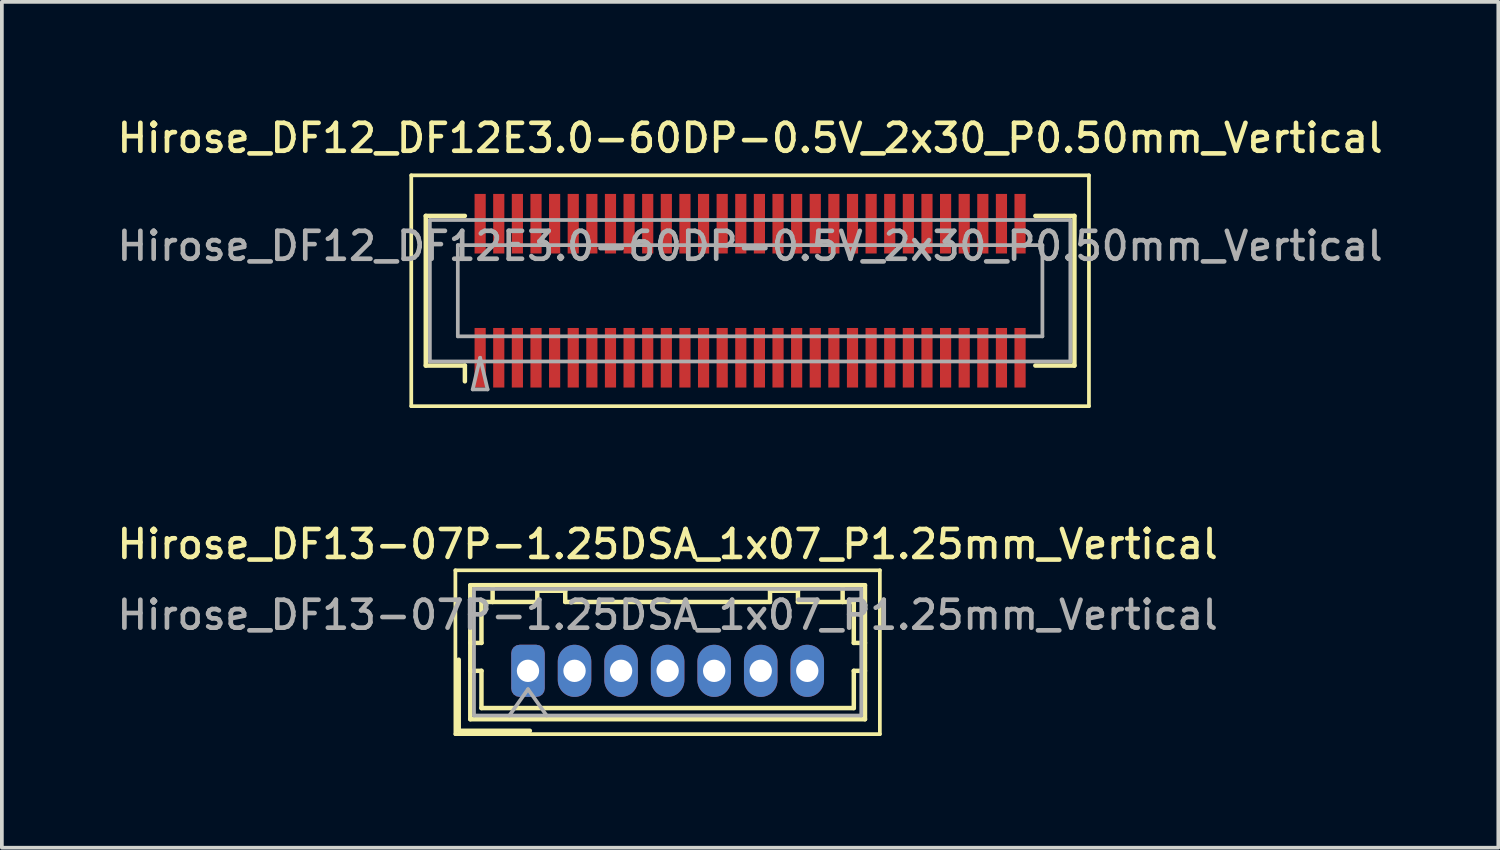
<source format=kicad_pcb>
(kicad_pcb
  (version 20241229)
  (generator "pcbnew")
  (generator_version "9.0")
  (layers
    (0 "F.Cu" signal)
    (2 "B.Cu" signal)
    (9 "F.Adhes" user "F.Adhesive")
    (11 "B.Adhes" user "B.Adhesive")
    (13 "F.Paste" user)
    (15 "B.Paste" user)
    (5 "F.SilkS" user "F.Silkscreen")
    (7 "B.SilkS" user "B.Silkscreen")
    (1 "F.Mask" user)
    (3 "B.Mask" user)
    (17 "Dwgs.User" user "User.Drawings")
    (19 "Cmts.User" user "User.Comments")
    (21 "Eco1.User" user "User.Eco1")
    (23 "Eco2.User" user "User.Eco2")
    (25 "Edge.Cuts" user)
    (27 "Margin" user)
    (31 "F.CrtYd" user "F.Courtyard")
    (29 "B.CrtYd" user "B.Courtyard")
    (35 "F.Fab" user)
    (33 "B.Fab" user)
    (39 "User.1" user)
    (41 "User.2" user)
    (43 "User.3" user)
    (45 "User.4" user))
  (footprint "Hirose_DF12_DF12E3.0-60DP-0.5V_2x30_P0.50mm_Vertical"
    (layer "F.Cu")
    (at 17.095 4.758)
    (property "Reference" "Hirose_DF12_DF12E3.0-60DP-0.5V_2x30_P0.50mm_Vertical" (at 0 -4.1 0) (layer "F.SilkS") (effects (font (size 0.75 0.75) (thickness 0.125))))
    (attr smd)
    (fp_line (start -9.1 -3.1) (end -9.1 3.1) (stroke (width 0.1) (type solid)) (layer "F.SilkS"))
    (fp_line (start -9.1 3.1) (end 9.1 3.1) (stroke (width 0.1) (type solid)) (layer "F.SilkS"))
    (fp_line (start -8.71 -2.01) (end -7.66 -2.01) (stroke (width 0.12) (type solid)) (layer "F.SilkS"))
    (fp_line (start -8.71 2.01) (end -8.71 -2.01) (stroke (width 0.12) (type solid)) (layer "F.SilkS"))
    (fp_line (start -7.66 2.01) (end -8.71 2.01) (stroke (width 0.12) (type solid)) (layer "F.SilkS"))
    (fp_line (start -7.66 2.433) (end -7.66 2.01) (stroke (width 0.12) (type solid)) (layer "F.SilkS"))
    (fp_line (start 7.66 2.01) (end 8.71 2.01) (stroke (width 0.12) (type solid)) (layer "F.SilkS"))
    (fp_line (start 8.71 -2.01) (end 7.66 -2.01) (stroke (width 0.12) (type solid)) (layer "F.SilkS"))
    (fp_line (start 8.71 2.01) (end 8.71 -2.01) (stroke (width 0.12) (type solid)) (layer "F.SilkS"))
    (fp_line (start 9.1 -3.1) (end -9.1 -3.1) (stroke (width 0.1) (type solid)) (layer "F.SilkS"))
    (fp_line (start 9.1 3.1) (end 9.1 -3.1) (stroke (width 0.1) (type solid)) (layer "F.SilkS"))
    (fp_line (start -8.6 -1.9) (end 8.6 -1.9) (stroke (width 0.1) (type solid)) (layer "F.Fab"))
    (fp_line (start -8.6 1.9) (end -8.6 -1.9) (stroke (width 0.1) (type solid)) (layer "F.Fab"))
    (fp_line (start -7.85 -1.225) (end 7.85 -1.225) (stroke (width 0.1) (type solid)) (layer "F.Fab"))
    (fp_line (start -7.85 1.225) (end -7.85 -1.225) (stroke (width 0.1) (type solid)) (layer "F.Fab"))
    (fp_line (start -7.45 2.65) (end -7.25 1.8) (stroke (width 0.1) (type solid)) (layer "F.Fab"))
    (fp_line (start -7.25 1.8) (end -7.05 2.65) (stroke (width 0.1) (type solid)) (layer "F.Fab"))
    (fp_line (start -7.05 2.65) (end -7.45 2.65) (stroke (width 0.1) (type solid)) (layer "F.Fab"))
    (fp_line (start 7.85 -1.225) (end 7.85 1.225) (stroke (width 0.1) (type solid)) (layer "F.Fab"))
    (fp_line (start 7.85 1.225) (end -7.85 1.225) (stroke (width 0.1) (type solid)) (layer "F.Fab"))
    (fp_line (start 8.6 -1.9) (end 8.6 1.9) (stroke (width 0.1) (type solid)) (layer "F.Fab"))
    (fp_line (start 8.6 1.9) (end -8.6 1.9) (stroke (width 0.1) (type solid)) (layer "F.Fab"))
    (fp_text user "${REFERENCE}" (at 0 -1.2 0) (layer "F.Fab") (effects (font (size 0.75 0.75) (thickness 0.125))))
    (pad "" smd rect (at -7.25 -2) (size 0.28 1.2) (layers "F.Paste"))
    (pad "" smd rect (at -7.25 2) (size 0.28 1.2) (layers "F.Paste"))
    (pad "" smd rect (at -6.75 -2) (size 0.28 1.2) (layers "F.Paste"))
    (pad "" smd rect (at -6.75 2) (size 0.28 1.2) (layers "F.Paste"))
    (pad "" smd rect (at -6.25 -2) (size 0.28 1.2) (layers "F.Paste"))
    (pad "" smd rect (at -6.25 2) (size 0.28 1.2) (layers "F.Paste"))
    (pad "" smd rect (at -5.75 -2) (size 0.28 1.2) (layers "F.Paste"))
    (pad "" smd rect (at -5.75 2) (size 0.28 1.2) (layers "F.Paste"))
    (pad "" smd rect (at -5.25 -2) (size 0.28 1.2) (layers "F.Paste"))
    (pad "" smd rect (at -5.25 2) (size 0.28 1.2) (layers "F.Paste"))
    (pad "" smd rect (at -4.75 -2) (size 0.28 1.2) (layers "F.Paste"))
    (pad "" smd rect (at -4.75 2) (size 0.28 1.2) (layers "F.Paste"))
    (pad "" smd rect (at -4.25 -2) (size 0.28 1.2) (layers "F.Paste"))
    (pad "" smd rect (at -4.25 2) (size 0.28 1.2) (layers "F.Paste"))
    (pad "" smd rect (at -3.75 -2) (size 0.28 1.2) (layers "F.Paste"))
    (pad "" smd rect (at -3.75 2) (size 0.28 1.2) (layers "F.Paste"))
    (pad "" smd rect (at -3.25 -2) (size 0.28 1.2) (layers "F.Paste"))
    (pad "" smd rect (at -3.25 2) (size 0.28 1.2) (layers "F.Paste"))
    (pad "" smd rect (at -2.75 -2) (size 0.28 1.2) (layers "F.Paste"))
    (pad "" smd rect (at -2.75 2) (size 0.28 1.2) (layers "F.Paste"))
    (pad "" smd rect (at -2.25 -2) (size 0.28 1.2) (layers "F.Paste"))
    (pad "" smd rect (at -2.25 2) (size 0.28 1.2) (layers "F.Paste"))
    (pad "" smd rect (at -1.75 -2) (size 0.28 1.2) (layers "F.Paste"))
    (pad "" smd rect (at -1.75 2) (size 0.28 1.2) (layers "F.Paste"))
    (pad "" smd rect (at -1.25 -2) (size 0.28 1.2) (layers "F.Paste"))
    (pad "" smd rect (at -1.25 2) (size 0.28 1.2) (layers "F.Paste"))
    (pad "" smd rect (at -0.75 -2) (size 0.28 1.2) (layers "F.Paste"))
    (pad "" smd rect (at -0.75 2) (size 0.28 1.2) (layers "F.Paste"))
    (pad "" smd rect (at -0.25 -2) (size 0.28 1.2) (layers "F.Paste"))
    (pad "" smd rect (at -0.25 2) (size 0.28 1.2) (layers "F.Paste"))
    (pad "" smd rect (at 0.25 -2) (size 0.28 1.2) (layers "F.Paste"))
    (pad "" smd rect (at 0.25 2) (size 0.28 1.2) (layers "F.Paste"))
    (pad "" smd rect (at 0.75 -2) (size 0.28 1.2) (layers "F.Paste"))
    (pad "" smd rect (at 0.75 2) (size 0.28 1.2) (layers "F.Paste"))
    (pad "" smd rect (at 1.25 -2) (size 0.28 1.2) (layers "F.Paste"))
    (pad "" smd rect (at 1.25 2) (size 0.28 1.2) (layers "F.Paste"))
    (pad "" smd rect (at 1.75 -2) (size 0.28 1.2) (layers "F.Paste"))
    (pad "" smd rect (at 1.75 2) (size 0.28 1.2) (layers "F.Paste"))
    (pad "" smd rect (at 2.25 -2) (size 0.28 1.2) (layers "F.Paste"))
    (pad "" smd rect (at 2.25 2) (size 0.28 1.2) (layers "F.Paste"))
    (pad "" smd rect (at 2.75 -2) (size 0.28 1.2) (layers "F.Paste"))
    (pad "" smd rect (at 2.75 2) (size 0.28 1.2) (layers "F.Paste"))
    (pad "" smd rect (at 3.25 -2) (size 0.28 1.2) (layers "F.Paste"))
    (pad "" smd rect (at 3.25 2) (size 0.28 1.2) (layers "F.Paste"))
    (pad "" smd rect (at 3.75 -2) (size 0.28 1.2) (layers "F.Paste"))
    (pad "" smd rect (at 3.75 2) (size 0.28 1.2) (layers "F.Paste"))
    (pad "" smd rect (at 4.25 -2) (size 0.28 1.2) (layers "F.Paste"))
    (pad "" smd rect (at 4.25 2) (size 0.28 1.2) (layers "F.Paste"))
    (pad "" smd rect (at 4.75 -2) (size 0.28 1.2) (layers "F.Paste"))
    (pad "" smd rect (at 4.75 2) (size 0.28 1.2) (layers "F.Paste"))
    (pad "" smd rect (at 5.25 -2) (size 0.28 1.2) (layers "F.Paste"))
    (pad "" smd rect (at 5.25 2) (size 0.28 1.2) (layers "F.Paste"))
    (pad "" smd rect (at 5.75 -2) (size 0.28 1.2) (layers "F.Paste"))
    (pad "" smd rect (at 5.75 2) (size 0.28 1.2) (layers "F.Paste"))
    (pad "" smd rect (at 6.25 -2) (size 0.28 1.2) (layers "F.Paste"))
    (pad "" smd rect (at 6.25 2) (size 0.28 1.2) (layers "F.Paste"))
    (pad "" smd rect (at 6.75 -2) (size 0.28 1.2) (layers "F.Paste"))
    (pad "" smd rect (at 6.75 2) (size 0.28 1.2) (layers "F.Paste"))
    (pad "" smd rect (at 7.25 -2) (size 0.28 1.2) (layers "F.Paste"))
    (pad "" smd rect (at 7.25 2) (size 0.28 1.2) (layers "F.Paste"))
    (pad "1" smd rect (at -7.25 1.8) (size 0.3 1.6) (layers "F.Cu" "F.Mask"))
    (pad "2" smd rect (at -6.75 1.8) (size 0.3 1.6) (layers "F.Cu" "F.Mask"))
    (pad "3" smd rect (at -6.25 1.8) (size 0.3 1.6) (layers "F.Cu" "F.Mask"))
    (pad "4" smd rect (at -5.75 1.8) (size 0.3 1.6) (layers "F.Cu" "F.Mask"))
    (pad "5" smd rect (at -5.25 1.8) (size 0.3 1.6) (layers "F.Cu" "F.Mask"))
    (pad "6" smd rect (at -4.75 1.8) (size 0.3 1.6) (layers "F.Cu" "F.Mask"))
    (pad "7" smd rect (at -4.25 1.8) (size 0.3 1.6) (layers "F.Cu" "F.Mask"))
    (pad "8" smd rect (at -3.75 1.8) (size 0.3 1.6) (layers "F.Cu" "F.Mask"))
    (pad "9" smd rect (at -3.25 1.8) (size 0.3 1.6) (layers "F.Cu" "F.Mask"))
    (pad "10" smd rect (at -2.75 1.8) (size 0.3 1.6) (layers "F.Cu" "F.Mask"))
    (pad "11" smd rect (at -2.25 1.8) (size 0.3 1.6) (layers "F.Cu" "F.Mask"))
    (pad "12" smd rect (at -1.75 1.8) (size 0.3 1.6) (layers "F.Cu" "F.Mask"))
    (pad "13" smd rect (at -1.25 1.8) (size 0.3 1.6) (layers "F.Cu" "F.Mask"))
    (pad "14" smd rect (at -0.75 1.8) (size 0.3 1.6) (layers "F.Cu" "F.Mask"))
    (pad "15" smd rect (at -0.25 1.8) (size 0.3 1.6) (layers "F.Cu" "F.Mask"))
    (pad "16" smd rect (at 0.25 1.8) (size 0.3 1.6) (layers "F.Cu" "F.Mask"))
    (pad "17" smd rect (at 0.75 1.8) (size 0.3 1.6) (layers "F.Cu" "F.Mask"))
    (pad "18" smd rect (at 1.25 1.8) (size 0.3 1.6) (layers "F.Cu" "F.Mask"))
    (pad "19" smd rect (at 1.75 1.8) (size 0.3 1.6) (layers "F.Cu" "F.Mask"))
    (pad "20" smd rect (at 2.25 1.8) (size 0.3 1.6) (layers "F.Cu" "F.Mask"))
    (pad "21" smd rect (at 2.75 1.8) (size 0.3 1.6) (layers "F.Cu" "F.Mask"))
    (pad "22" smd rect (at 3.25 1.8) (size 0.3 1.6) (layers "F.Cu" "F.Mask"))
    (pad "23" smd rect (at 3.75 1.8) (size 0.3 1.6) (layers "F.Cu" "F.Mask"))
    (pad "24" smd rect (at 4.25 1.8) (size 0.3 1.6) (layers "F.Cu" "F.Mask"))
    (pad "25" smd rect (at 4.75 1.8) (size 0.3 1.6) (layers "F.Cu" "F.Mask"))
    (pad "26" smd rect (at 5.25 1.8) (size 0.3 1.6) (layers "F.Cu" "F.Mask"))
    (pad "27" smd rect (at 5.75 1.8) (size 0.3 1.6) (layers "F.Cu" "F.Mask"))
    (pad "28" smd rect (at 6.25 1.8) (size 0.3 1.6) (layers "F.Cu" "F.Mask"))
    (pad "29" smd rect (at 6.75 1.8) (size 0.3 1.6) (layers "F.Cu" "F.Mask"))
    (pad "30" smd rect (at 7.25 1.8) (size 0.3 1.6) (layers "F.Cu" "F.Mask"))
    (pad "31" smd rect (at -7.25 -1.8) (size 0.3 1.6) (layers "F.Cu" "F.Mask"))
    (pad "32" smd rect (at -6.75 -1.8) (size 0.3 1.6) (layers "F.Cu" "F.Mask"))
    (pad "33" smd rect (at -6.25 -1.8) (size 0.3 1.6) (layers "F.Cu" "F.Mask"))
    (pad "34" smd rect (at -5.75 -1.8) (size 0.3 1.6) (layers "F.Cu" "F.Mask"))
    (pad "35" smd rect (at -5.25 -1.8) (size 0.3 1.6) (layers "F.Cu" "F.Mask"))
    (pad "36" smd rect (at -4.75 -1.8) (size 0.3 1.6) (layers "F.Cu" "F.Mask"))
    (pad "37" smd rect (at -4.25 -1.8) (size 0.3 1.6) (layers "F.Cu" "F.Mask"))
    (pad "38" smd rect (at -3.75 -1.8) (size 0.3 1.6) (layers "F.Cu" "F.Mask"))
    (pad "39" smd rect (at -3.25 -1.8) (size 0.3 1.6) (layers "F.Cu" "F.Mask"))
    (pad "40" smd rect (at -2.75 -1.8) (size 0.3 1.6) (layers "F.Cu" "F.Mask"))
    (pad "41" smd rect (at -2.25 -1.8) (size 0.3 1.6) (layers "F.Cu" "F.Mask"))
    (pad "42" smd rect (at -1.75 -1.8) (size 0.3 1.6) (layers "F.Cu" "F.Mask"))
    (pad "43" smd rect (at -1.25 -1.8) (size 0.3 1.6) (layers "F.Cu" "F.Mask"))
    (pad "44" smd rect (at -0.75 -1.8) (size 0.3 1.6) (layers "F.Cu" "F.Mask"))
    (pad "45" smd rect (at -0.25 -1.8) (size 0.3 1.6) (layers "F.Cu" "F.Mask"))
    (pad "46" smd rect (at 0.25 -1.8) (size 0.3 1.6) (layers "F.Cu" "F.Mask"))
    (pad "47" smd rect (at 0.75 -1.8) (size 0.3 1.6) (layers "F.Cu" "F.Mask"))
    (pad "48" smd rect (at 1.25 -1.8) (size 0.3 1.6) (layers "F.Cu" "F.Mask"))
    (pad "49" smd rect (at 1.75 -1.8) (size 0.3 1.6) (layers "F.Cu" "F.Mask"))
    (pad "50" smd rect (at 2.25 -1.8) (size 0.3 1.6) (layers "F.Cu" "F.Mask"))
    (pad "51" smd rect (at 2.75 -1.8) (size 0.3 1.6) (layers "F.Cu" "F.Mask"))
    (pad "52" smd rect (at 3.25 -1.8) (size 0.3 1.6) (layers "F.Cu" "F.Mask"))
    (pad "53" smd rect (at 3.75 -1.8) (size 0.3 1.6) (layers "F.Cu" "F.Mask"))
    (pad "54" smd rect (at 4.25 -1.8) (size 0.3 1.6) (layers "F.Cu" "F.Mask"))
    (pad "55" smd rect (at 4.75 -1.8) (size 0.3 1.6) (layers "F.Cu" "F.Mask"))
    (pad "56" smd rect (at 5.25 -1.8) (size 0.3 1.6) (layers "F.Cu" "F.Mask"))
    (pad "57" smd rect (at 5.75 -1.8) (size 0.3 1.6) (layers "F.Cu" "F.Mask"))
    (pad "58" smd rect (at 6.25 -1.8) (size 0.3 1.6) (layers "F.Cu" "F.Mask"))
    (pad "59" smd rect (at 6.75 -1.8) (size 0.3 1.6) (layers "F.Cu" "F.Mask"))
    (pad "60" smd rect (at 7.25 -1.8) (size 0.3 1.6) (layers "F.Cu" "F.Mask")))
  (footprint "Hirose_DF13-07P-1.25DSA_1x07_P1.25mm_Vertical"
    (layer "F.Cu")
    (at 11.13 14.966)
    (property "Reference" "Hirose_DF13-07P-1.25DSA_1x07_P1.25mm_Vertical" (at 3.75 -3.4 0) (layer "F.SilkS") (effects (font (size 0.75 0.75) (thickness 0.125))))
    (attr through_hole)
    (fp_line (start -1.95 -2.7) (end -1.95 1.7) (stroke (width 0.1) (type solid)) (layer "F.SilkS"))
    (fp_line (start -1.95 1.7) (end 9.45 1.7) (stroke (width 0.1) (type solid)) (layer "F.SilkS"))
    (fp_line (start -1.86 -0.3) (end -1.86 1.61) (stroke (width 0.12) (type solid)) (layer "F.SilkS"))
    (fp_line (start -1.86 1.61) (end 0.05 1.61) (stroke (width 0.12) (type solid)) (layer "F.SilkS"))
    (fp_line (start -1.55 -2.3) (end -1.55 1.3) (stroke (width 0.12) (type solid)) (layer "F.SilkS"))
    (fp_line (start -1.55 -0.75) (end -1.25 -0.75) (stroke (width 0.12) (type solid)) (layer "F.SilkS"))
    (fp_line (start -1.55 0) (end -1.25 0) (stroke (width 0.12) (type solid)) (layer "F.SilkS"))
    (fp_line (start -1.55 1.3) (end 9.05 1.3) (stroke (width 0.12) (type solid)) (layer "F.SilkS"))
    (fp_line (start -1.25 -1.85) (end -0.95 -1.85) (stroke (width 0.12) (type solid)) (layer "F.SilkS"))
    (fp_line (start -1.25 -0.75) (end -1.25 -1.85) (stroke (width 0.12) (type solid)) (layer "F.SilkS"))
    (fp_line (start -1.25 0) (end -1.25 1) (stroke (width 0.12) (type solid)) (layer "F.SilkS"))
    (fp_line (start -1.25 1) (end 8.75 1) (stroke (width 0.12) (type solid)) (layer "F.SilkS"))
    (fp_line (start -0.95 -1.85) (end -0.95 -2.3) (stroke (width 0.12) (type solid)) (layer "F.SilkS"))
    (fp_line (start -0.95 -1.85) (end 0.25 -1.85) (stroke (width 0.12) (type solid)) (layer "F.SilkS"))
    (fp_line (start 0.25 -2.15) (end 1 -2.15) (stroke (width 0.12) (type solid)) (layer "F.SilkS"))
    (fp_line (start 0.25 -1.85) (end 0.25 -2.15) (stroke (width 0.12) (type solid)) (layer "F.SilkS"))
    (fp_line (start 1 -2.15) (end 1 -1.85) (stroke (width 0.12) (type solid)) (layer "F.SilkS"))
    (fp_line (start 1 -1.85) (end 6.5 -1.85) (stroke (width 0.12) (type solid)) (layer "F.SilkS"))
    (fp_line (start 6.5 -2.15) (end 7.25 -2.15) (stroke (width 0.12) (type solid)) (layer "F.SilkS"))
    (fp_line (start 6.5 -1.85) (end 6.5 -2.15) (stroke (width 0.12) (type solid)) (layer "F.SilkS"))
    (fp_line (start 7.25 -2.15) (end 7.25 -1.85) (stroke (width 0.12) (type solid)) (layer "F.SilkS"))
    (fp_line (start 7.25 -1.85) (end 8.45 -1.85) (stroke (width 0.12) (type solid)) (layer "F.SilkS"))
    (fp_line (start 8.45 -1.85) (end 8.45 -2.3) (stroke (width 0.12) (type solid)) (layer "F.SilkS"))
    (fp_line (start 8.75 -1.85) (end 8.45 -1.85) (stroke (width 0.12) (type solid)) (layer "F.SilkS"))
    (fp_line (start 8.75 -0.75) (end 8.75 -1.85) (stroke (width 0.12) (type solid)) (layer "F.SilkS"))
    (fp_line (start 8.75 0) (end 9.05 0) (stroke (width 0.12) (type solid)) (layer "F.SilkS"))
    (fp_line (start 8.75 1) (end 8.75 0) (stroke (width 0.12) (type solid)) (layer "F.SilkS"))
    (fp_line (start 9.05 -2.3) (end -1.55 -2.3) (stroke (width 0.12) (type solid)) (layer "F.SilkS"))
    (fp_line (start 9.05 -0.75) (end 8.75 -0.75) (stroke (width 0.12) (type solid)) (layer "F.SilkS"))
    (fp_line (start 9.05 1.3) (end 9.05 -2.3) (stroke (width 0.12) (type solid)) (layer "F.SilkS"))
    (fp_line (start 9.45 -2.7) (end -1.95 -2.7) (stroke (width 0.1) (type solid)) (layer "F.SilkS"))
    (fp_line (start 9.45 1.7) (end 9.45 -2.7) (stroke (width 0.1) (type solid)) (layer "F.SilkS"))
    (fp_line (start -1.45 -2.2) (end -1.45 1.2) (stroke (width 0.1) (type solid)) (layer "F.Fab"))
    (fp_line (start -1.45 1.2) (end 8.95 1.2) (stroke (width 0.1) (type solid)) (layer "F.Fab"))
    (fp_line (start -0.5 1.2) (end 0 0.493) (stroke (width 0.1) (type solid)) (layer "F.Fab"))
    (fp_line (start 0 0.493) (end 0.5 1.2) (stroke (width 0.1) (type solid)) (layer "F.Fab"))
    (fp_line (start 8.95 -2.2) (end -1.45 -2.2) (stroke (width 0.1) (type solid)) (layer "F.Fab"))
    (fp_line (start 8.95 1.2) (end 8.95 -2.2) (stroke (width 0.1) (type solid)) (layer "F.Fab"))
    (fp_text user "${REFERENCE}" (at 3.75 -1.5 0) (layer "F.Fab") (effects (font (size 0.75 0.75) (thickness 0.125))))
    (pad "1" thru_hole roundrect (at 0 0) (size 0.9 1.4) (drill 0.6) (layers "*.Cu" "*.Mask") (roundrect_rratio 0.25))
    (pad "2" thru_hole oval (at 1.25 0) (size 0.9 1.4) (drill 0.6) (layers "*.Cu" "*.Mask"))
    (pad "3" thru_hole oval (at 2.5 0) (size 0.9 1.4) (drill 0.6) (layers "*.Cu" "*.Mask"))
    (pad "4" thru_hole oval (at 3.75 0) (size 0.9 1.4) (drill 0.6) (layers "*.Cu" "*.Mask"))
    (pad "5" thru_hole oval (at 5 0) (size 0.9 1.4) (drill 0.6) (layers "*.Cu" "*.Mask"))
    (pad "6" thru_hole oval (at 6.25 0) (size 0.9 1.4) (drill 0.6) (layers "*.Cu" "*.Mask"))
    (pad "7" thru_hole oval (at 7.5 0) (size 0.9 1.4) (drill 0.6) (layers "*.Cu" "*.Mask")))
  (gr_rect
    (start -3 -3)
    (end 37.189 19.716)
    (stroke (width 0.1) (type default))
    (fill no)
    (layer "Edge.Cuts")))
</source>
